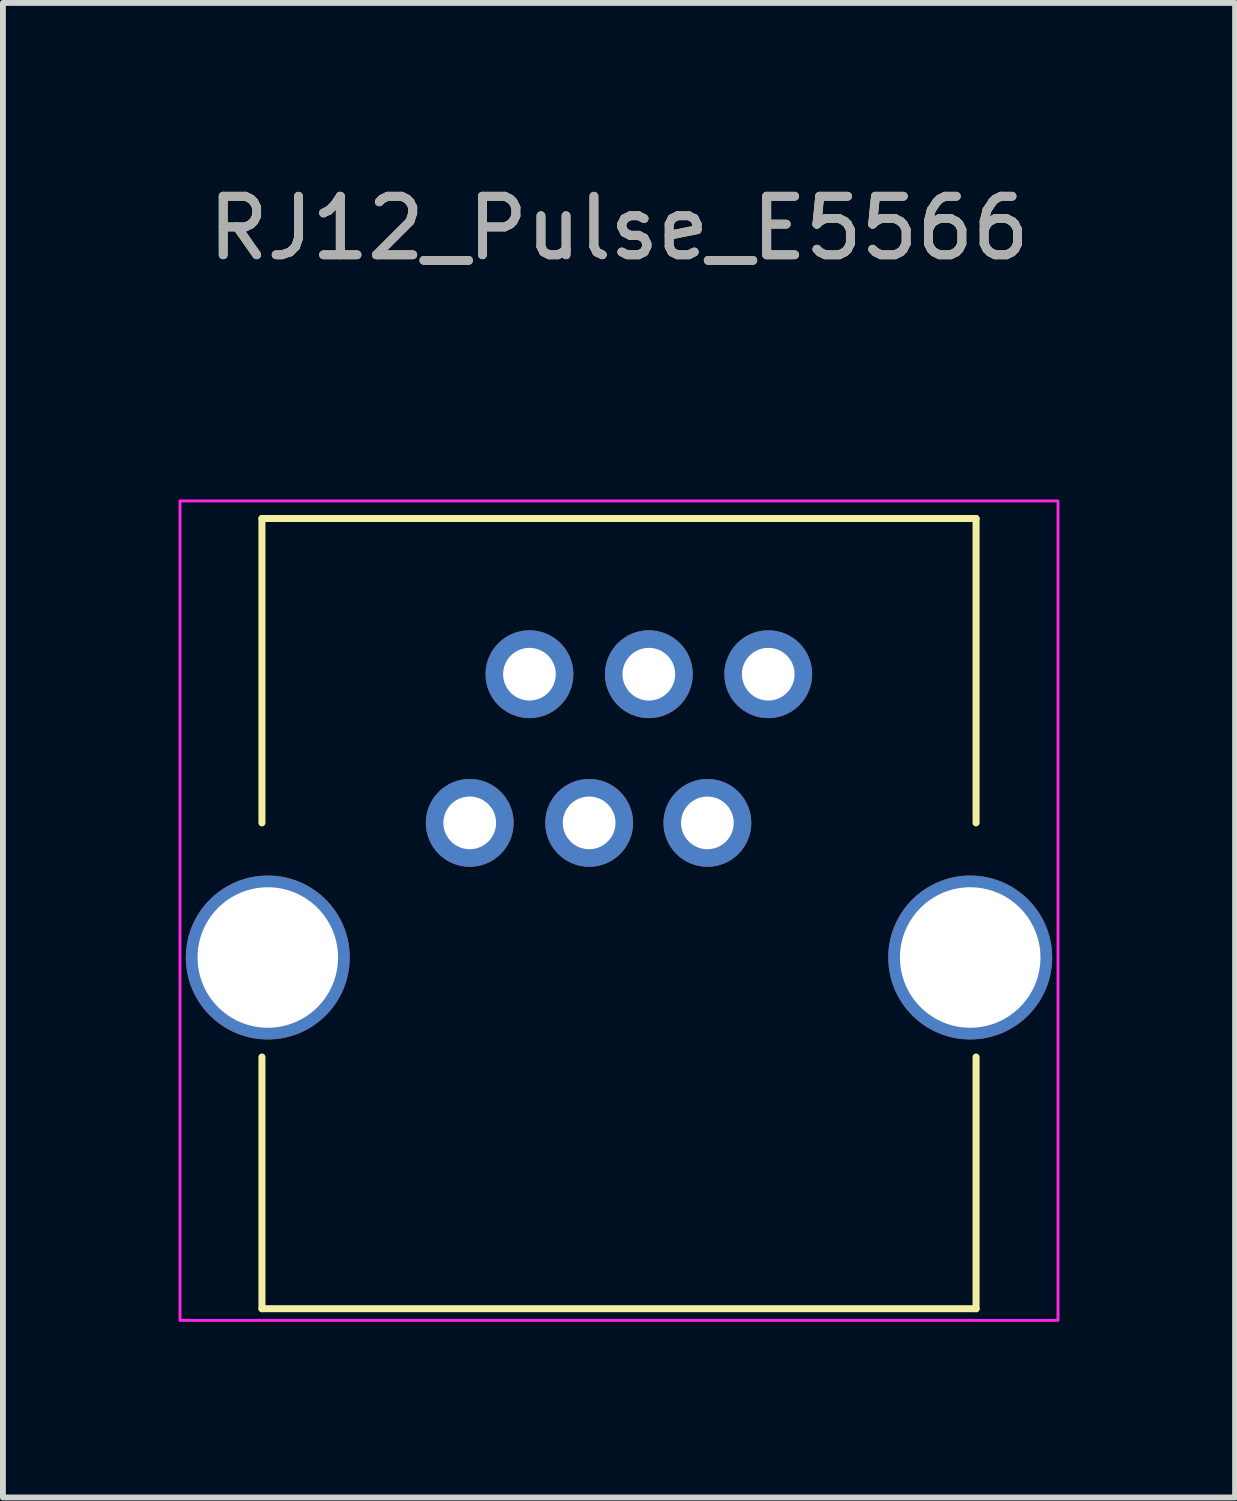
<source format=kicad_pcb>
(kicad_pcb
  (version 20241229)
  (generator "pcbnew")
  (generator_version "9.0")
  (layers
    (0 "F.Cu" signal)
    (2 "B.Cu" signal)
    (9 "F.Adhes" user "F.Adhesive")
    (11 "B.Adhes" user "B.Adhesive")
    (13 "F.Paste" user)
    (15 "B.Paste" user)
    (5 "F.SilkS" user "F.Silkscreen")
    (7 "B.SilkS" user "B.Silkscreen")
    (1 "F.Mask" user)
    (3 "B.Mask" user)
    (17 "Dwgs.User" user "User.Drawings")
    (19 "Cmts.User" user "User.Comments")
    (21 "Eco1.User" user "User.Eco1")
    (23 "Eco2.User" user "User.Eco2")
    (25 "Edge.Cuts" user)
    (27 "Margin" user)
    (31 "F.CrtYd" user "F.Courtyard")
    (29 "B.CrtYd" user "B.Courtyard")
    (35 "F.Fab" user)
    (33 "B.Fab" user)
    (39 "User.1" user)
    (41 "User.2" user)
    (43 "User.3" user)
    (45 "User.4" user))
  (footprint "RJ12_Pulse_E5566"
    (layer "F.Cu")
    (at 7.525 11.008)
    (property "Reference" "RJ12_Pulse_E5566" (at 0 -10.16 0) (unlocked yes) (layer "F.SilkS") (effects (font (size 1 1) (thickness 0.15))))
    (attr through_hole)
    (fp_line (start -6.1 0) (end -6.1 -5.2) (stroke (width 0.12) (type solid)) (layer "F.SilkS"))
    (fp_line (start -6.1 4) (end -6.1 8.3) (stroke (width 0.12) (type solid)) (layer "F.SilkS"))
    (fp_line (start -6.1 8.3) (end 6.1 8.3) (stroke (width 0.12) (type solid)) (layer "F.SilkS"))
    (fp_line (start 6.1 -5.2) (end -6.1 -5.2) (stroke (width 0.12) (type solid)) (layer "F.SilkS"))
    (fp_line (start 6.1 0) (end 6.1 -5.2) (stroke (width 0.12) (type solid)) (layer "F.SilkS"))
    (fp_line (start 6.1 4) (end 6.1 8.3) (stroke (width 0.12) (type solid)) (layer "F.SilkS"))
    (fp_rect (start -7.5 -5.5) (end 7.5 8.5) (stroke (width 0.05) (type solid)) (fill no) (layer "F.CrtYd"))
    (fp_text user "${REFERENCE}" (at 0 -10.16 0) (unlocked yes) (layer "F.Fab") (effects (font (size 1 1) (thickness 0.15))))
    (pad "" thru_hole circle (at -6 2.3) (size 2.8 2.8) (drill 2.4) (layers "*.Cu" "*.Mask"))
    (pad "" thru_hole circle (at 6 2.3) (size 2.8 2.8) (drill 2.4) (layers "*.Cu" "*.Mask"))
    (pad "1" thru_hole circle (at 2.55 -2.54) (size 1.5 1.5) (drill 0.9) (layers "*.Cu" "*.Mask"))
    (pad "2" thru_hole circle (at 1.51 0) (size 1.5 1.5) (drill 0.9) (layers "*.Cu" "*.Mask"))
    (pad "3" thru_hole circle (at 0.51 -2.54) (size 1.5 1.5) (drill 0.9) (layers "*.Cu" "*.Mask"))
    (pad "4" thru_hole circle (at -0.51 0) (size 1.5 1.5) (drill 0.9) (layers "*.Cu" "*.Mask"))
    (pad "5" thru_hole circle (at -1.53 -2.54) (size 1.5 1.5) (drill 0.9) (layers "*.Cu" "*.Mask"))
    (pad "6" thru_hole circle (at -2.55 0) (size 1.5 1.5) (drill 0.9) (layers "*.Cu" "*.Mask")))
  (gr_rect
    (start -3 -3)
    (end 18.05 22.533)
    (stroke (width 0.1) (type default))
    (fill no)
    (layer "Edge.Cuts")))
</source>
